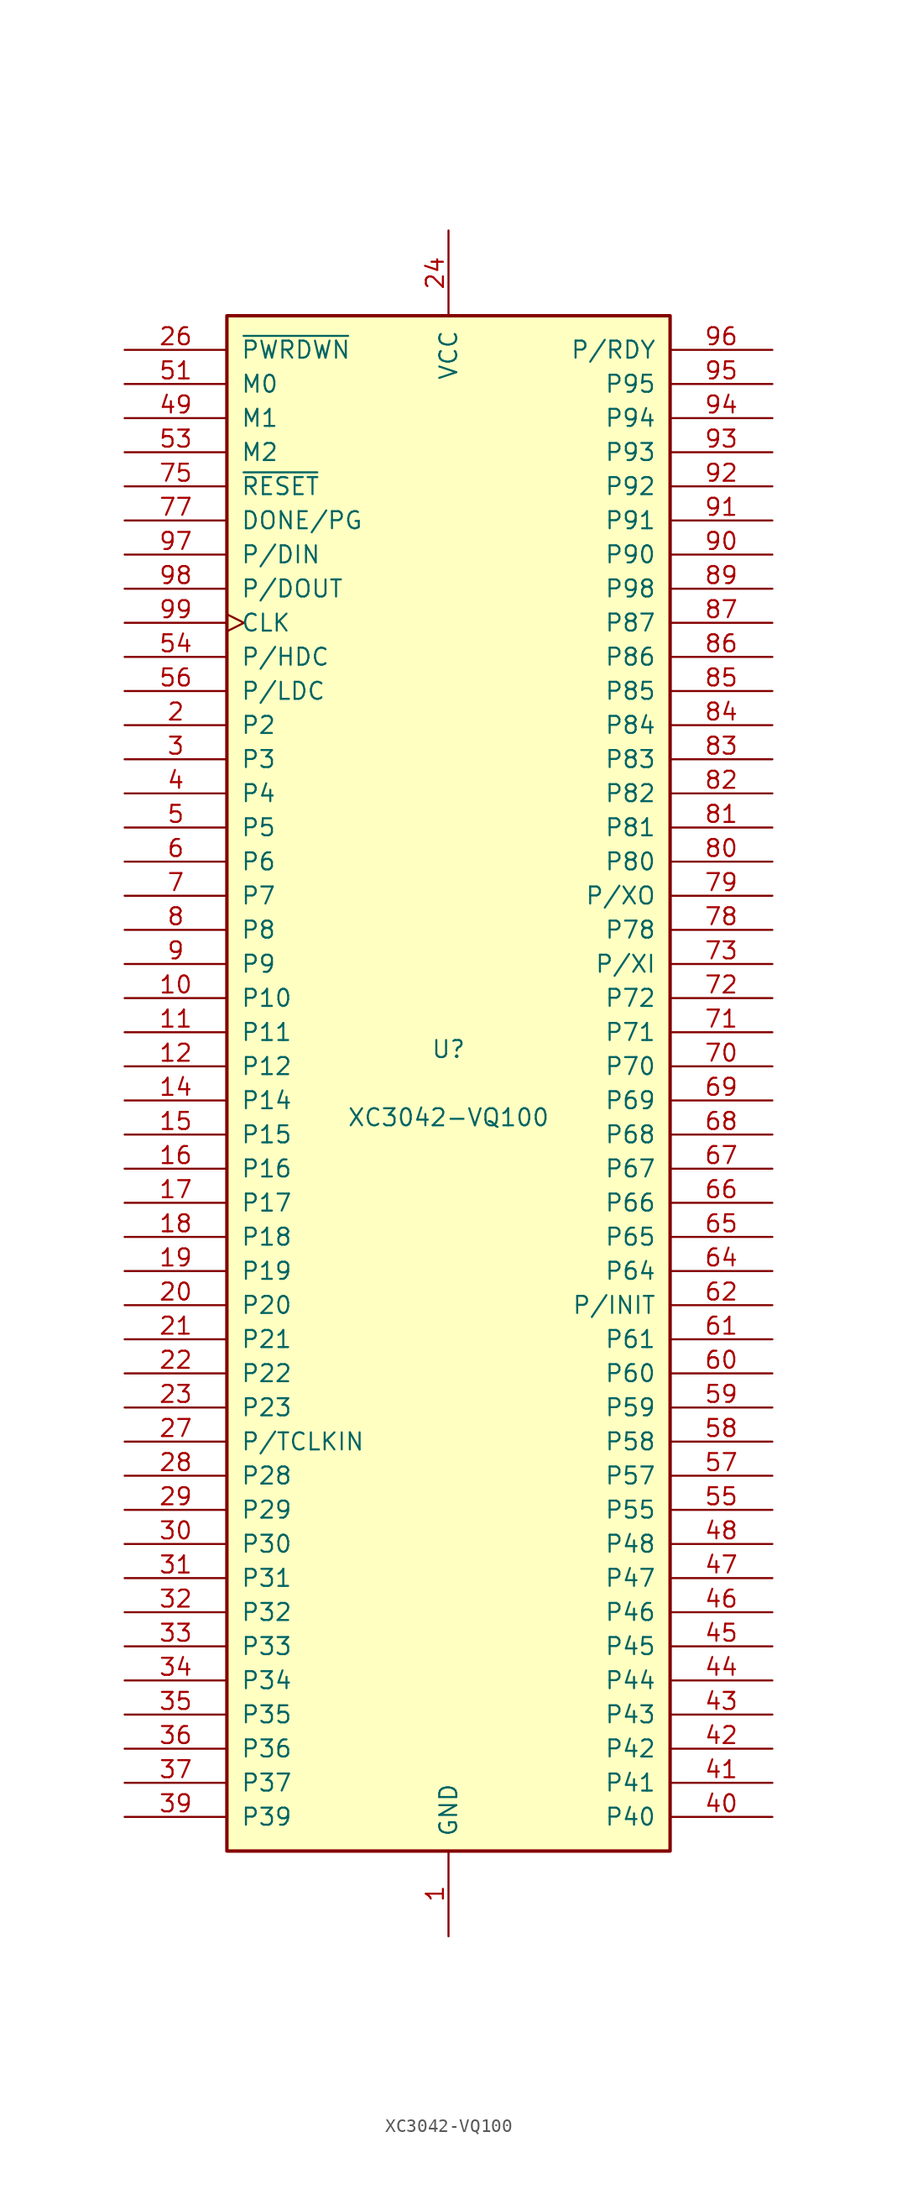
<source format=kicad_sym>
(kicad_symbol_lib
  (version 20231120)
  (generator "kicad_symbol_editor")
  (generator_version "8.0")
  (symbol "XC3042-VQ100"
    (pin_names
      (offset 1.016))
    (property "Reference" "U"
      (at 0 2.54 0)
      (effects (font (size 1.27 1.27))))
    (property "Value" "XC3042-VQ100"
      (at 0 -2.54 0)
      (effects (font (size 1.27 1.27))))
    (symbol "XC3042-VQ100_0_1"
      (rectangle (start -16.51 -57.15) (end 16.51 57.15) (stroke (width 0.254) (type default)) (fill (type background))))
    (symbol "XC3042-VQ100_1_1"
      (pin power_in line (at 0 -63.5 90) (length 6.35) (name "GND" (effects (font (size 1.27 1.27)))) (number "1" (effects (font (size 1.27 1.27)))))
      (pin passive line (at -24.13 6.35 0) (length 7.62) (name "P10" (effects (font (size 1.27 1.27)))) (number "10" (effects (font (size 1.27 1.27)))))
      (pin passive line (at 0 63.5 270) (length 6.35) hide (name "VCC" (effects (font (size 1.27 1.27)))) (number "100" (effects (font (size 1.27 1.27)))))
      (pin passive line (at -24.13 3.81 0) (length 7.62) (name "P11" (effects (font (size 1.27 1.27)))) (number "11" (effects (font (size 1.27 1.27)))))
      (pin passive line (at -24.13 1.27 0) (length 7.62) (name "P12" (effects (font (size 1.27 1.27)))) (number "12" (effects (font (size 1.27 1.27)))))
      (pin passive line (at 0 -63.5 90) (length 6.35) hide (name "GND" (effects (font (size 1.27 1.27)))) (number "13" (effects (font (size 1.27 1.27)))))
      (pin passive line (at -24.13 -1.27 0) (length 7.62) (name "P14" (effects (font (size 1.27 1.27)))) (number "14" (effects (font (size 1.27 1.27)))))
      (pin passive line (at -24.13 -3.81 0) (length 7.62) (name "P15" (effects (font (size 1.27 1.27)))) (number "15" (effects (font (size 1.27 1.27)))))
      (pin passive line (at -24.13 -6.35 0) (length 7.62) (name "P16" (effects (font (size 1.27 1.27)))) (number "16" (effects (font (size 1.27 1.27)))))
      (pin passive line (at -24.13 -8.89 0) (length 7.62) (name "P17" (effects (font (size 1.27 1.27)))) (number "17" (effects (font (size 1.27 1.27)))))
      (pin passive line (at -24.13 -11.43 0) (length 7.62) (name "P18" (effects (font (size 1.27 1.27)))) (number "18" (effects (font (size 1.27 1.27)))))
      (pin passive line (at -24.13 -13.97 0) (length 7.62) (name "P19" (effects (font (size 1.27 1.27)))) (number "19" (effects (font (size 1.27 1.27)))))
      (pin passive line (at -24.13 26.67 0) (length 7.62) (name "P2" (effects (font (size 1.27 1.27)))) (number "2" (effects (font (size 1.27 1.27)))))
      (pin passive line (at -24.13 -16.51 0) (length 7.62) (name "P20" (effects (font (size 1.27 1.27)))) (number "20" (effects (font (size 1.27 1.27)))))
      (pin passive line (at -24.13 -19.05 0) (length 7.62) (name "P21" (effects (font (size 1.27 1.27)))) (number "21" (effects (font (size 1.27 1.27)))))
      (pin passive line (at -24.13 -21.59 0) (length 7.62) (name "P22" (effects (font (size 1.27 1.27)))) (number "22" (effects (font (size 1.27 1.27)))))
      (pin passive line (at -24.13 -24.13 0) (length 7.62) (name "P23" (effects (font (size 1.27 1.27)))) (number "23" (effects (font (size 1.27 1.27)))))
      (pin power_in line (at 0 63.5 270) (length 6.35) (name "VCC" (effects (font (size 1.27 1.27)))) (number "24" (effects (font (size 1.27 1.27)))))
      (pin passive line (at 0 -63.5 90) (length 6.35) hide (name "GND" (effects (font (size 1.27 1.27)))) (number "25" (effects (font (size 1.27 1.27)))))
      (pin input line (at -24.13 54.61 0) (length 7.62) (name "~{PWRDWN}" (effects (font (size 1.27 1.27)))) (number "26" (effects (font (size 1.27 1.27)))))
      (pin passive line (at -24.13 -26.67 0) (length 7.62) (name "P/TCLKIN" (effects (font (size 1.27 1.27)))) (number "27" (effects (font (size 1.27 1.27)))))
      (pin passive line (at -24.13 -29.21 0) (length 7.62) (name "P28" (effects (font (size 1.27 1.27)))) (number "28" (effects (font (size 1.27 1.27)))))
      (pin passive line (at -24.13 -31.75 0) (length 7.62) (name "P29" (effects (font (size 1.27 1.27)))) (number "29" (effects (font (size 1.27 1.27)))))
      (pin passive line (at -24.13 24.13 0) (length 7.62) (name "P3" (effects (font (size 1.27 1.27)))) (number "3" (effects (font (size 1.27 1.27)))))
      (pin passive line (at -24.13 -34.29 0) (length 7.62) (name "P30" (effects (font (size 1.27 1.27)))) (number "30" (effects (font (size 1.27 1.27)))))
      (pin passive line (at -24.13 -36.83 0) (length 7.62) (name "P31" (effects (font (size 1.27 1.27)))) (number "31" (effects (font (size 1.27 1.27)))))
      (pin passive line (at -24.13 -39.37 0) (length 7.62) (name "P32" (effects (font (size 1.27 1.27)))) (number "32" (effects (font (size 1.27 1.27)))))
      (pin passive line (at -24.13 -41.91 0) (length 7.62) (name "P33" (effects (font (size 1.27 1.27)))) (number "33" (effects (font (size 1.27 1.27)))))
      (pin passive line (at -24.13 -44.45 0) (length 7.62) (name "P34" (effects (font (size 1.27 1.27)))) (number "34" (effects (font (size 1.27 1.27)))))
      (pin passive line (at -24.13 -46.99 0) (length 7.62) (name "P35" (effects (font (size 1.27 1.27)))) (number "35" (effects (font (size 1.27 1.27)))))
      (pin passive line (at -24.13 -49.53 0) (length 7.62) (name "P36" (effects (font (size 1.27 1.27)))) (number "36" (effects (font (size 1.27 1.27)))))
      (pin passive line (at -24.13 -52.07 0) (length 7.62) (name "P37" (effects (font (size 1.27 1.27)))) (number "37" (effects (font (size 1.27 1.27)))))
      (pin passive line (at 0 63.5 270) (length 6.35) hide (name "VCC" (effects (font (size 1.27 1.27)))) (number "38" (effects (font (size 1.27 1.27)))))
      (pin passive line (at -24.13 -54.61 0) (length 7.62) (name "P39" (effects (font (size 1.27 1.27)))) (number "39" (effects (font (size 1.27 1.27)))))
      (pin passive line (at -24.13 21.59 0) (length 7.62) (name "P4" (effects (font (size 1.27 1.27)))) (number "4" (effects (font (size 1.27 1.27)))))
      (pin passive line (at 24.13 -54.61 180) (length 7.62) (name "P40" (effects (font (size 1.27 1.27)))) (number "40" (effects (font (size 1.27 1.27)))))
      (pin passive line (at 24.13 -52.07 180) (length 7.62) (name "P41" (effects (font (size 1.27 1.27)))) (number "41" (effects (font (size 1.27 1.27)))))
      (pin passive line (at 24.13 -49.53 180) (length 7.62) (name "P42" (effects (font (size 1.27 1.27)))) (number "42" (effects (font (size 1.27 1.27)))))
      (pin passive line (at 24.13 -46.99 180) (length 7.62) (name "P43" (effects (font (size 1.27 1.27)))) (number "43" (effects (font (size 1.27 1.27)))))
      (pin passive line (at 24.13 -44.45 180) (length 7.62) (name "P44" (effects (font (size 1.27 1.27)))) (number "44" (effects (font (size 1.27 1.27)))))
      (pin passive line (at 24.13 -41.91 180) (length 7.62) (name "P45" (effects (font (size 1.27 1.27)))) (number "45" (effects (font (size 1.27 1.27)))))
      (pin passive line (at 24.13 -39.37 180) (length 7.62) (name "P46" (effects (font (size 1.27 1.27)))) (number "46" (effects (font (size 1.27 1.27)))))
      (pin passive line (at 24.13 -36.83 180) (length 7.62) (name "P47" (effects (font (size 1.27 1.27)))) (number "47" (effects (font (size 1.27 1.27)))))
      (pin passive line (at 24.13 -34.29 180) (length 7.62) (name "P48" (effects (font (size 1.27 1.27)))) (number "48" (effects (font (size 1.27 1.27)))))
      (pin input line (at -24.13 49.53 0) (length 7.62) (name "M1" (effects (font (size 1.27 1.27)))) (number "49" (effects (font (size 1.27 1.27)))))
      (pin passive line (at -24.13 19.05 0) (length 7.62) (name "P5" (effects (font (size 1.27 1.27)))) (number "5" (effects (font (size 1.27 1.27)))))
      (pin passive line (at 0 -63.5 90) (length 6.35) hide (name "GND" (effects (font (size 1.27 1.27)))) (number "50" (effects (font (size 1.27 1.27)))))
      (pin input line (at -24.13 52.07 0) (length 7.62) (name "M0" (effects (font (size 1.27 1.27)))) (number "51" (effects (font (size 1.27 1.27)))))
      (pin passive line (at 0 63.5 270) (length 6.35) hide (name "VCC" (effects (font (size 1.27 1.27)))) (number "52" (effects (font (size 1.27 1.27)))))
      (pin passive line (at -24.13 46.99 0) (length 7.62) (name "M2" (effects (font (size 1.27 1.27)))) (number "53" (effects (font (size 1.27 1.27)))))
      (pin passive line (at -24.13 31.75 0) (length 7.62) (name "P/HDC" (effects (font (size 1.27 1.27)))) (number "54" (effects (font (size 1.27 1.27)))))
      (pin passive line (at 24.13 -31.75 180) (length 7.62) (name "P55" (effects (font (size 1.27 1.27)))) (number "55" (effects (font (size 1.27 1.27)))))
      (pin passive line (at -24.13 29.21 0) (length 7.62) (name "P/LDC" (effects (font (size 1.27 1.27)))) (number "56" (effects (font (size 1.27 1.27)))))
      (pin passive line (at 24.13 -29.21 180) (length 7.62) (name "P57" (effects (font (size 1.27 1.27)))) (number "57" (effects (font (size 1.27 1.27)))))
      (pin passive line (at 24.13 -26.67 180) (length 7.62) (name "P58" (effects (font (size 1.27 1.27)))) (number "58" (effects (font (size 1.27 1.27)))))
      (pin passive line (at 24.13 -24.13 180) (length 7.62) (name "P59" (effects (font (size 1.27 1.27)))) (number "59" (effects (font (size 1.27 1.27)))))
      (pin passive line (at -24.13 16.51 0) (length 7.62) (name "P6" (effects (font (size 1.27 1.27)))) (number "6" (effects (font (size 1.27 1.27)))))
      (pin passive line (at 24.13 -21.59 180) (length 7.62) (name "P60" (effects (font (size 1.27 1.27)))) (number "60" (effects (font (size 1.27 1.27)))))
      (pin passive line (at 24.13 -19.05 180) (length 7.62) (name "P61" (effects (font (size 1.27 1.27)))) (number "61" (effects (font (size 1.27 1.27)))))
      (pin passive line (at 24.13 -16.51 180) (length 7.62) (name "P/INIT" (effects (font (size 1.27 1.27)))) (number "62" (effects (font (size 1.27 1.27)))))
      (pin passive line (at 0 -63.5 90) (length 6.35) hide (name "GND" (effects (font (size 1.27 1.27)))) (number "63" (effects (font (size 1.27 1.27)))))
      (pin passive line (at 24.13 -13.97 180) (length 7.62) (name "P64" (effects (font (size 1.27 1.27)))) (number "64" (effects (font (size 1.27 1.27)))))
      (pin passive line (at 24.13 -11.43 180) (length 7.62) (name "P65" (effects (font (size 1.27 1.27)))) (number "65" (effects (font (size 1.27 1.27)))))
      (pin passive line (at 24.13 -8.89 180) (length 7.62) (name "P66" (effects (font (size 1.27 1.27)))) (number "66" (effects (font (size 1.27 1.27)))))
      (pin passive line (at 24.13 -6.35 180) (length 7.62) (name "P67" (effects (font (size 1.27 1.27)))) (number "67" (effects (font (size 1.27 1.27)))))
      (pin passive line (at 24.13 -3.81 180) (length 7.62) (name "P68" (effects (font (size 1.27 1.27)))) (number "68" (effects (font (size 1.27 1.27)))))
      (pin passive line (at 24.13 -1.27 180) (length 7.62) (name "P69" (effects (font (size 1.27 1.27)))) (number "69" (effects (font (size 1.27 1.27)))))
      (pin passive line (at -24.13 13.97 0) (length 7.62) (name "P7" (effects (font (size 1.27 1.27)))) (number "7" (effects (font (size 1.27 1.27)))))
      (pin passive line (at 24.13 1.27 180) (length 7.62) (name "P70" (effects (font (size 1.27 1.27)))) (number "70" (effects (font (size 1.27 1.27)))))
      (pin passive line (at 24.13 3.81 180) (length 7.62) (name "P71" (effects (font (size 1.27 1.27)))) (number "71" (effects (font (size 1.27 1.27)))))
      (pin passive line (at 24.13 6.35 180) (length 7.62) (name "P72" (effects (font (size 1.27 1.27)))) (number "72" (effects (font (size 1.27 1.27)))))
      (pin passive line (at 24.13 8.89 180) (length 7.62) (name "P/XI" (effects (font (size 1.27 1.27)))) (number "73" (effects (font (size 1.27 1.27)))))
      (pin passive line (at 0 -63.5 90) (length 6.35) hide (name "GND" (effects (font (size 1.27 1.27)))) (number "74" (effects (font (size 1.27 1.27)))))
      (pin input line (at -24.13 44.45 0) (length 7.62) (name "~{RESET}" (effects (font (size 1.27 1.27)))) (number "75" (effects (font (size 1.27 1.27)))))
      (pin passive line (at 0 63.5 270) (length 6.35) hide (name "VCC" (effects (font (size 1.27 1.27)))) (number "76" (effects (font (size 1.27 1.27)))))
      (pin open_collector line (at -24.13 41.91 0) (length 7.62) (name "DONE/PG" (effects (font (size 1.27 1.27)))) (number "77" (effects (font (size 1.27 1.27)))))
      (pin passive line (at 24.13 11.43 180) (length 7.62) (name "P78" (effects (font (size 1.27 1.27)))) (number "78" (effects (font (size 1.27 1.27)))))
      (pin passive line (at 24.13 13.97 180) (length 7.62) (name "P/XO" (effects (font (size 1.27 1.27)))) (number "79" (effects (font (size 1.27 1.27)))))
      (pin passive line (at -24.13 11.43 0) (length 7.62) (name "P8" (effects (font (size 1.27 1.27)))) (number "8" (effects (font (size 1.27 1.27)))))
      (pin passive line (at 24.13 16.51 180) (length 7.62) (name "P80" (effects (font (size 1.27 1.27)))) (number "80" (effects (font (size 1.27 1.27)))))
      (pin passive line (at 24.13 19.05 180) (length 7.62) (name "P81" (effects (font (size 1.27 1.27)))) (number "81" (effects (font (size 1.27 1.27)))))
      (pin passive line (at 24.13 21.59 180) (length 7.62) (name "P82" (effects (font (size 1.27 1.27)))) (number "82" (effects (font (size 1.27 1.27)))))
      (pin passive line (at 24.13 24.13 180) (length 7.62) (name "P83" (effects (font (size 1.27 1.27)))) (number "83" (effects (font (size 1.27 1.27)))))
      (pin passive line (at 24.13 26.67 180) (length 7.62) (name "P84" (effects (font (size 1.27 1.27)))) (number "84" (effects (font (size 1.27 1.27)))))
      (pin passive line (at 24.13 29.21 180) (length 7.62) (name "P85" (effects (font (size 1.27 1.27)))) (number "85" (effects (font (size 1.27 1.27)))))
      (pin passive line (at 24.13 31.75 180) (length 7.62) (name "P86" (effects (font (size 1.27 1.27)))) (number "86" (effects (font (size 1.27 1.27)))))
      (pin passive line (at 24.13 34.29 180) (length 7.62) (name "P87" (effects (font (size 1.27 1.27)))) (number "87" (effects (font (size 1.27 1.27)))))
      (pin passive line (at 0 63.5 270) (length 6.35) hide (name "VCC" (effects (font (size 1.27 1.27)))) (number "88" (effects (font (size 1.27 1.27)))))
      (pin passive line (at 24.13 36.83 180) (length 7.62) (name "P98" (effects (font (size 1.27 1.27)))) (number "89" (effects (font (size 1.27 1.27)))))
      (pin passive line (at -24.13 8.89 0) (length 7.62) (name "P9" (effects (font (size 1.27 1.27)))) (number "9" (effects (font (size 1.27 1.27)))))
      (pin passive line (at 24.13 39.37 180) (length 7.62) (name "P90" (effects (font (size 1.27 1.27)))) (number "90" (effects (font (size 1.27 1.27)))))
      (pin passive line (at 24.13 41.91 180) (length 7.62) (name "P91" (effects (font (size 1.27 1.27)))) (number "91" (effects (font (size 1.27 1.27)))))
      (pin passive line (at 24.13 44.45 180) (length 7.62) (name "P92" (effects (font (size 1.27 1.27)))) (number "92" (effects (font (size 1.27 1.27)))))
      (pin passive line (at 24.13 46.99 180) (length 7.62) (name "P93" (effects (font (size 1.27 1.27)))) (number "93" (effects (font (size 1.27 1.27)))))
      (pin passive line (at 24.13 49.53 180) (length 7.62) (name "P94" (effects (font (size 1.27 1.27)))) (number "94" (effects (font (size 1.27 1.27)))))
      (pin passive line (at 24.13 52.07 180) (length 7.62) (name "P95" (effects (font (size 1.27 1.27)))) (number "95" (effects (font (size 1.27 1.27)))))
      (pin passive line (at 24.13 54.61 180) (length 7.62) (name "P/RDY" (effects (font (size 1.27 1.27)))) (number "96" (effects (font (size 1.27 1.27)))))
      (pin passive line (at -24.13 39.37 0) (length 7.62) (name "P/DIN" (effects (font (size 1.27 1.27)))) (number "97" (effects (font (size 1.27 1.27)))))
      (pin passive line (at -24.13 36.83 0) (length 7.62) (name "P/DOUT" (effects (font (size 1.27 1.27)))) (number "98" (effects (font (size 1.27 1.27)))))
      (pin bidirectional clock (at -24.13 34.29 0) (length 7.62) (name "CLK" (effects (font (size 1.27 1.27)))) (number "99" (effects (font (size 1.27 1.27))))))))
</source>
